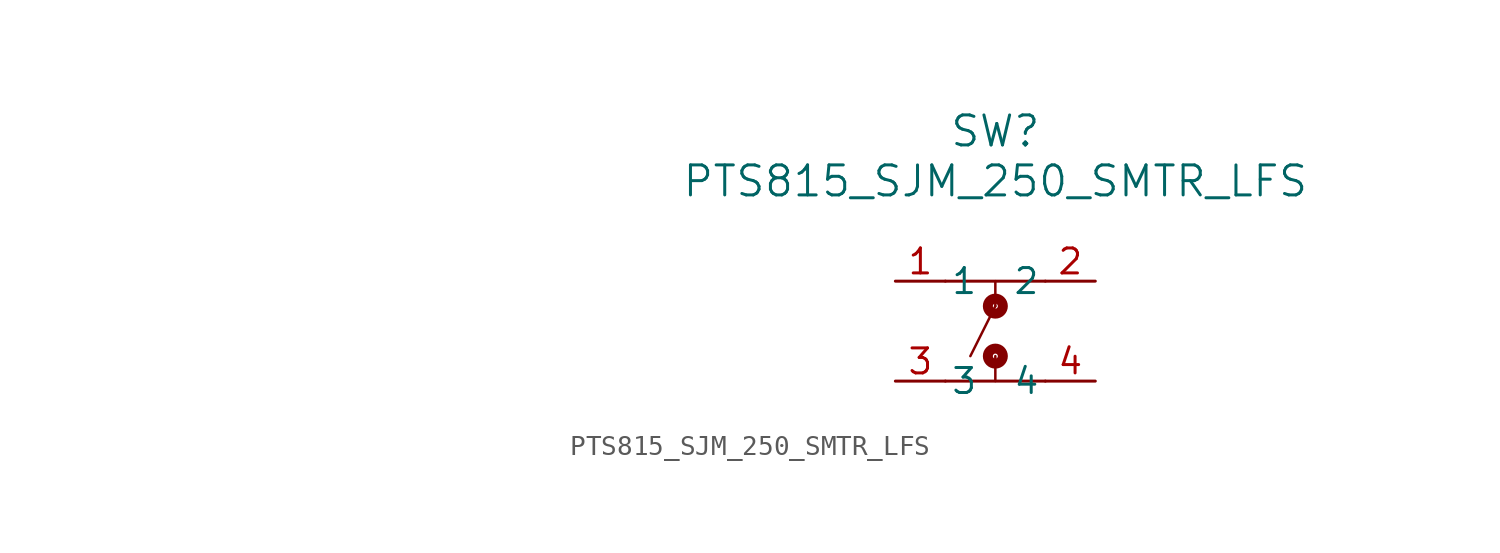
<source format=kicad_sym>
(kicad_symbol_lib
  (version 20211014)
  (generator kicad_symbol_editor)
  (symbol "PTS815_SJM_250_SMTR_LFS"
    (pin_names
      (offset 0.254))
    (property "Reference" "SW"
      (at 0 10.16 0)
      (effects (font (size 1.524 1.524))))
    (property "Value" "PTS815_SJM_250_SMTR_LFS"
      (at 0 7.62 0)
      (effects (font (size 1.524 1.524))))
    (property "Datasheet" ""
      (at -40.64 2.54 0)
      (effects (font (size 1.524 1.524))))
    (property "ki_locked" ""
      (at 0 0 0)
      (effects (font (size 1.27 1.27))))
    (symbol "PTS815_SJM_250_SMTR_LFS_0_1"
      (pin passive line (at -5.08 2.54 0) (length 2.54) (name "1" (effects (font (size 1.27 1.27)))) (number "1" (effects (font (size 1.27 1.27)))))
      (pin passive line (at 5.08 2.54 180) (length 2.54) (name "2" (effects (font (size 1.27 1.27)))) (number "2" (effects (font (size 1.27 1.27)))))
      (pin passive line (at -5.08 -2.54 0) (length 2.54) (name "3" (effects (font (size 1.27 1.27)))) (number "3" (effects (font (size 1.27 1.27)))))
      (pin passive line (at 5.08 -2.54 180) (length 2.54) (name "4" (effects (font (size 1.27 1.27)))) (number "4" (effects (font (size 1.27 1.27))))))
    (symbol "PTS815_SJM_250_SMTR_LFS_1_1"
      (circle (center 0 -1.27) (radius 0.127) (stroke (width 0.508) (type default) (color 0 0 0 0)) (fill (type none)))
      (polyline (pts (xy -2.54 -2.54) (xy 2.54 -2.54)) (stroke (width 0) (type default) (color 0 0 0 0)) (fill (type none)))
      (polyline (pts (xy -1.27 -1.27) (xy 0 1.27)) (stroke (width 0.127) (type default) (color 0 0 0 0)) (fill (type none)))
      (polyline (pts (xy 0 -1.27) (xy 0 -2.54)) (stroke (width 0.127) (type default) (color 0 0 0 0)) (fill (type none)))
      (polyline (pts (xy 0 1.27) (xy 0 2.54)) (stroke (width 0.127) (type default) (color 0 0 0 0)) (fill (type none)))
      (polyline (pts (xy 2.54 2.54) (xy -2.54 2.54)) (stroke (width 0) (type default) (color 0 0 0 0)) (fill (type none)))
      (circle (center 0 1.27) (radius 0.127) (stroke (width 0.508) (type default) (color 0 0 0 0)) (fill (type none))))))
</source>
